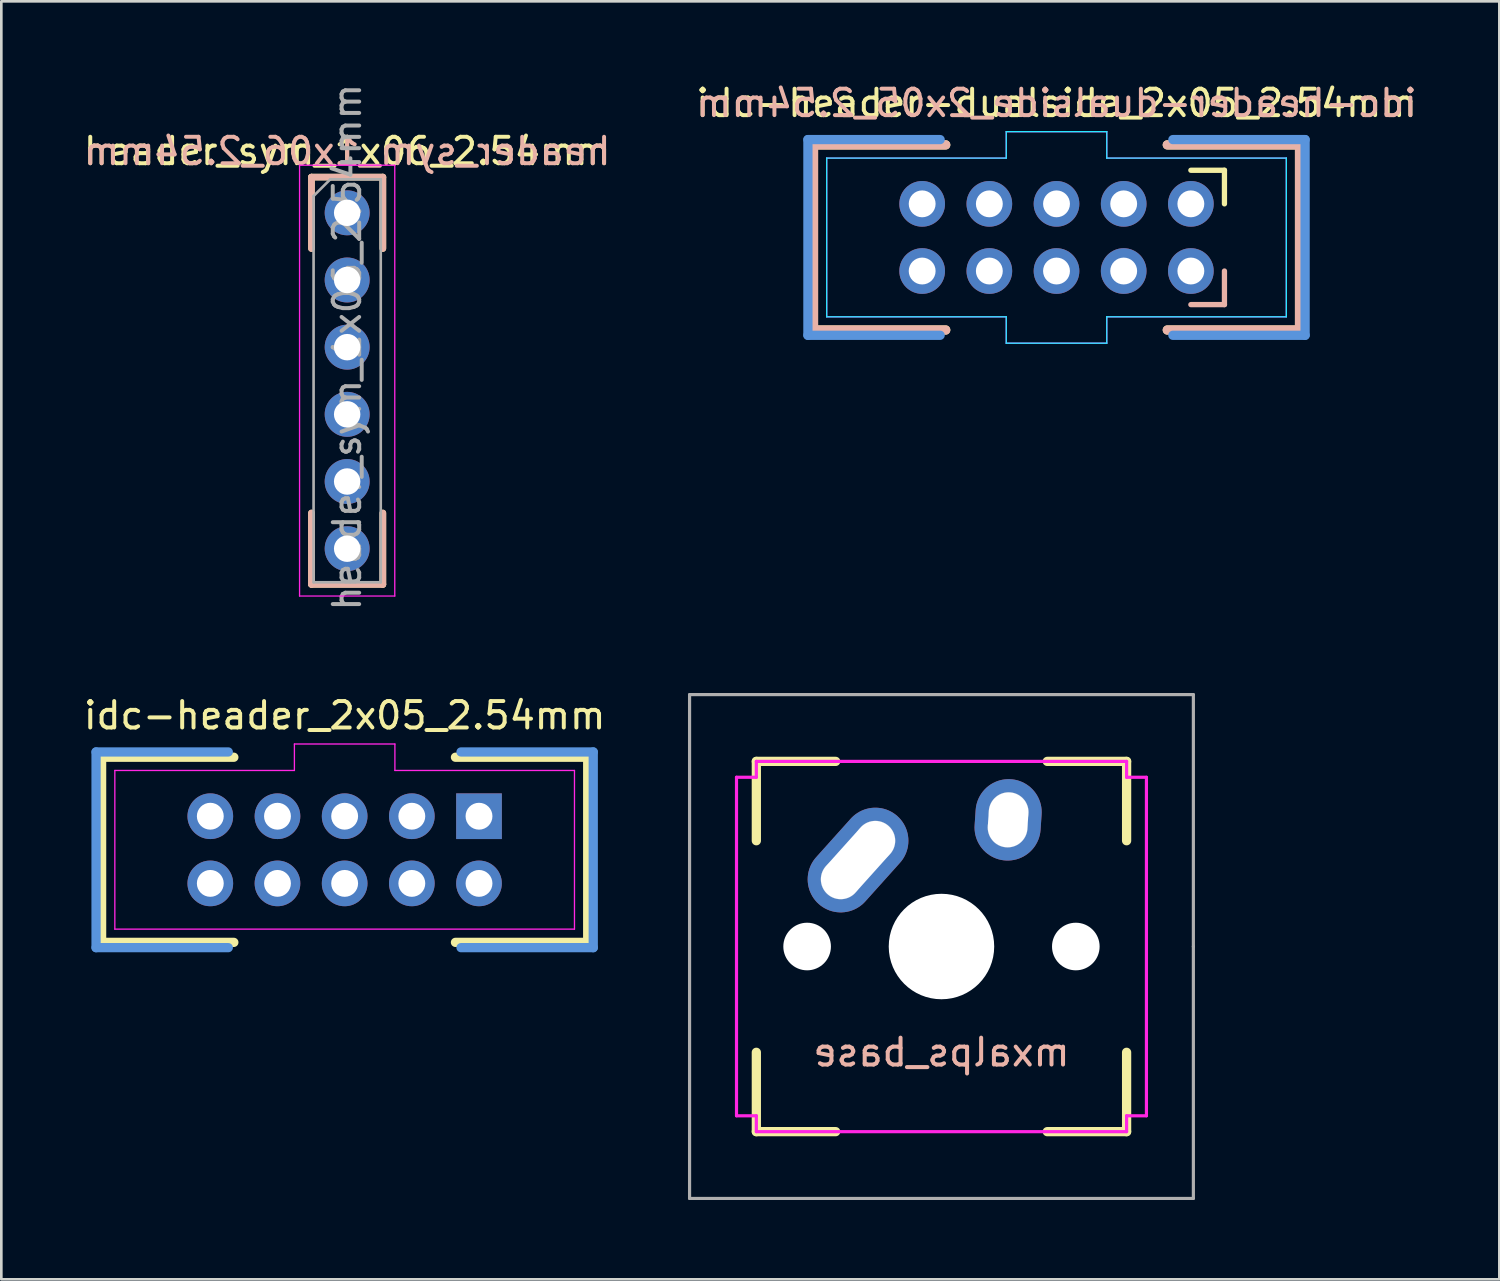
<source format=kicad_pcb>
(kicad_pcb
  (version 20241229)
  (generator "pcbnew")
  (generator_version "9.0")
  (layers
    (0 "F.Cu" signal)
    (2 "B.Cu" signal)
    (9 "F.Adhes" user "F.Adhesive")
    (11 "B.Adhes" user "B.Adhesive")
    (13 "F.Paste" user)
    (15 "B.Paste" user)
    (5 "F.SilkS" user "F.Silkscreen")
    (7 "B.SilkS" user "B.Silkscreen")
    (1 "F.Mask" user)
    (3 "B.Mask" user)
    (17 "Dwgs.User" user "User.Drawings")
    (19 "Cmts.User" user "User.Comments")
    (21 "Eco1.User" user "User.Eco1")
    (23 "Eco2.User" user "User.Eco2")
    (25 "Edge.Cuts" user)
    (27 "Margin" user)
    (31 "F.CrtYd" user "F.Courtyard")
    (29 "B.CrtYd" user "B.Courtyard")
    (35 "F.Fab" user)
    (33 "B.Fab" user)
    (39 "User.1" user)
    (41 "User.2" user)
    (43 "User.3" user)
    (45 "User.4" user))
  (footprint "idc-header-dualside_2x05_2.54mm"
    (layer "F.Cu")
    (at 36.899 5.928)
    (property "Reference" "idc-header-dualside_2x05_2.54mm" (at 0 -5.08 0) (layer "F.SilkS") (effects (font (size 1 1) (thickness 0.15))))
    (attr through_hole)
    (fp_line (start -9.19 -3.5) (end -4.19 -3.5) (stroke (width 0.35) (type solid)) (layer "F.SilkS"))
    (fp_line (start -9.19 3.5) (end -9.19 -3.5) (stroke (width 0.35) (type solid)) (layer "F.SilkS"))
    (fp_line (start -9.19 3.5) (end -4.19 3.5) (stroke (width 0.35) (type solid)) (layer "F.SilkS"))
    (fp_line (start 5.08 -2.54) (end 6.35 -2.54) (stroke (width 0.2) (type solid)) (layer "F.SilkS"))
    (fp_line (start 6.35 -2.54) (end 6.35 -1.27) (stroke (width 0.2) (type solid)) (layer "F.SilkS"))
    (fp_line (start 9.19 -3.5) (end 4.19 -3.5) (stroke (width 0.35) (type solid)) (layer "F.SilkS"))
    (fp_line (start 9.19 -3.5) (end 9.19 3.5) (stroke (width 0.35) (type solid)) (layer "F.SilkS"))
    (fp_line (start 9.19 3.5) (end 4.19 3.5) (stroke (width 0.35) (type solid)) (layer "F.SilkS"))
    (fp_line (start -9.19 -3.5) (end -9.19 3.5) (stroke (width 0.35) (type solid)) (layer "B.SilkS"))
    (fp_line (start -9.19 -3.5) (end -4.19 -3.5) (stroke (width 0.35) (type solid)) (layer "B.SilkS"))
    (fp_line (start -9.19 3.5) (end -4.19 3.5) (stroke (width 0.35) (type solid)) (layer "B.SilkS"))
    (fp_line (start 6.35 1.27) (end 6.35 2.54) (stroke (width 0.2) (type solid)) (layer "B.SilkS"))
    (fp_line (start 6.35 2.54) (end 5.08 2.54) (stroke (width 0.2) (type solid)) (layer "B.SilkS"))
    (fp_line (start 9.19 -3.5) (end 4.19 -3.5) (stroke (width 0.35) (type solid)) (layer "B.SilkS"))
    (fp_line (start 9.19 3.5) (end 4.19 3.5) (stroke (width 0.35) (type solid)) (layer "B.SilkS"))
    (fp_line (start 9.19 3.5) (end 9.19 -3.5) (stroke (width 0.35) (type solid)) (layer "B.SilkS"))
    (fp_line (start -9.4 -3.7) (end -9.4 3.7) (stroke (width 0.35) (type solid)) (layer "Cmts.User"))
    (fp_line (start -9.4 -3.7) (end -4.4 -3.7) (stroke (width 0.35) (type solid)) (layer "Cmts.User"))
    (fp_line (start -9.4 3.7) (end -4.4 3.7) (stroke (width 0.35) (type solid)) (layer "Cmts.User"))
    (fp_line (start 9.4 -3.7) (end 4.4 -3.7) (stroke (width 0.35) (type solid)) (layer "Cmts.User"))
    (fp_line (start 9.4 3.7) (end 4.4 3.7) (stroke (width 0.35) (type solid)) (layer "Cmts.User"))
    (fp_line (start 9.4 3.7) (end 9.4 -3.7) (stroke (width 0.35) (type solid)) (layer "Cmts.User"))
    (fp_line (start -8.9 -3.2) (end -8.9 3.2) (stroke (width 0.1) (type solid)) (layer "Eco1.User"))
    (fp_line (start -8.9 3.2) (end -2.75 3.2) (stroke (width 0.1) (type solid)) (layer "Eco1.User"))
    (fp_line (start -2.75 -4.2) (end -2.75 -3.2) (stroke (width 0.1) (type solid)) (layer "Eco1.User"))
    (fp_line (start -2.75 -3.2) (end -8.9 -3.2) (stroke (width 0.1) (type solid)) (layer "Eco1.User"))
    (fp_line (start -2.75 3.2) (end -2.75 4.2) (stroke (width 0.1) (type solid)) (layer "Eco1.User"))
    (fp_line (start -2.75 4.2) (end 2.75 4.2) (stroke (width 0.1) (type solid)) (layer "Eco1.User"))
    (fp_line (start 2.75 -4.2) (end -2.75 -4.2) (stroke (width 0.1) (type solid)) (layer "Eco1.User"))
    (fp_line (start 2.75 -3.2) (end 2.75 -4.2) (stroke (width 0.1) (type solid)) (layer "Eco1.User"))
    (fp_line (start 2.75 3.2) (end 8.9 3.2) (stroke (width 0.1) (type solid)) (layer "Eco1.User"))
    (fp_line (start 2.75 4.2) (end 2.75 3.2) (stroke (width 0.1) (type solid)) (layer "Eco1.User"))
    (fp_line (start 8.9 -3.2) (end 2.75 -3.2) (stroke (width 0.1) (type solid)) (layer "Eco1.User"))
    (fp_line (start 8.9 3.2) (end 8.9 -3.2) (stroke (width 0.1) (type solid)) (layer "Eco1.User"))
    (fp_line (start -8.9 -3.2) (end -8.9 3.2) (stroke (width 0.1) (type solid)) (layer "Eco2.User"))
    (fp_line (start -8.9 3.2) (end -2.75 3.2) (stroke (width 0.1) (type solid)) (layer "Eco2.User"))
    (fp_line (start -2.75 -4.2) (end -2.75 -3.2) (stroke (width 0.1) (type solid)) (layer "Eco2.User"))
    (fp_line (start -2.75 -3.2) (end -8.9 -3.2) (stroke (width 0.1) (type solid)) (layer "Eco2.User"))
    (fp_line (start -2.75 3.2) (end -2.75 4.2) (stroke (width 0.1) (type solid)) (layer "Eco2.User"))
    (fp_line (start -2.75 4.2) (end 2.75 4.2) (stroke (width 0.1) (type solid)) (layer "Eco2.User"))
    (fp_line (start 2.75 -4.2) (end -2.75 -4.2) (stroke (width 0.1) (type solid)) (layer "Eco2.User"))
    (fp_line (start 2.75 -3.2) (end 2.75 -4.2) (stroke (width 0.1) (type solid)) (layer "Eco2.User"))
    (fp_line (start 2.75 3.2) (end 8.9 3.2) (stroke (width 0.1) (type solid)) (layer "Eco2.User"))
    (fp_line (start 2.75 4.2) (end 2.75 3.2) (stroke (width 0.1) (type solid)) (layer "Eco2.User"))
    (fp_line (start 8.9 -3.2) (end 2.75 -3.2) (stroke (width 0.1) (type solid)) (layer "Eco2.User"))
    (fp_line (start 8.9 3.2) (end 8.9 -3.2) (stroke (width 0.1) (type solid)) (layer "Eco2.User"))
    (fp_line (start -8.69 -3) (end -8.69 3) (stroke (width 0.05) (type solid)) (layer "B.CrtYd"))
    (fp_line (start -8.69 3) (end -1.9 3) (stroke (width 0.05) (type solid)) (layer "B.CrtYd"))
    (fp_line (start -1.9 -4) (end -1.9 -3) (stroke (width 0.05) (type solid)) (layer "B.CrtYd"))
    (fp_line (start -1.9 -3) (end -8.69 -3) (stroke (width 0.05) (type solid)) (layer "B.CrtYd"))
    (fp_line (start -1.9 3) (end -1.9 4) (stroke (width 0.05) (type solid)) (layer "B.CrtYd"))
    (fp_line (start -1.9 4) (end 1.9 4) (stroke (width 0.05) (type solid)) (layer "B.CrtYd"))
    (fp_line (start 1.9 -4) (end -1.9 -4) (stroke (width 0.05) (type solid)) (layer "B.CrtYd"))
    (fp_line (start 1.9 -3) (end 1.9 -4) (stroke (width 0.05) (type solid)) (layer "B.CrtYd"))
    (fp_line (start 1.9 3) (end 8.69 3) (stroke (width 0.05) (type solid)) (layer "B.CrtYd"))
    (fp_line (start 1.9 4) (end 1.9 3) (stroke (width 0.05) (type solid)) (layer "B.CrtYd"))
    (fp_line (start 8.69 -3) (end 1.9 -3) (stroke (width 0.05) (type solid)) (layer "B.CrtYd"))
    (fp_line (start 8.69 3) (end 8.69 -3) (stroke (width 0.05) (type solid)) (layer "B.CrtYd"))
    (fp_line (start -8.69 -3) (end -1.9 -3) (stroke (width 0.05) (type solid)) (layer "F.CrtYd"))
    (fp_line (start -8.69 3) (end -8.69 -3) (stroke (width 0.05) (type solid)) (layer "F.CrtYd"))
    (fp_line (start -1.9 -4) (end 1.9 -4) (stroke (width 0.05) (type solid)) (layer "F.CrtYd"))
    (fp_line (start -1.9 -3) (end -1.9 -4) (stroke (width 0.05) (type solid)) (layer "F.CrtYd"))
    (fp_line (start -1.9 3) (end -8.69 3) (stroke (width 0.05) (type solid)) (layer "F.CrtYd"))
    (fp_line (start -1.9 4) (end -1.9 3) (stroke (width 0.05) (type solid)) (layer "F.CrtYd"))
    (fp_line (start 1.9 -4) (end 1.9 -3) (stroke (width 0.05) (type solid)) (layer "F.CrtYd"))
    (fp_line (start 1.9 -3) (end 8.69 -3) (stroke (width 0.05) (type solid)) (layer "F.CrtYd"))
    (fp_line (start 1.9 3) (end 1.9 4) (stroke (width 0.05) (type solid)) (layer "F.CrtYd"))
    (fp_line (start 1.9 4) (end -1.9 4) (stroke (width 0.05) (type solid)) (layer "F.CrtYd"))
    (fp_line (start 8.69 -3) (end 8.69 3) (stroke (width 0.05) (type solid)) (layer "F.CrtYd"))
    (fp_line (start 8.69 3) (end 1.9 3) (stroke (width 0.05) (type solid)) (layer "F.CrtYd"))
    (fp_text user "${REFERENCE}" (at 0 -5.08 180) (layer "B.SilkS") (effects (font (size 1 1) (thickness 0.15)) (justify mirror)))
    (pad "1" thru_hole circle (at 5.08 -1.27 270) (size 1.727 1.727) (drill 1.016) (layers "*.Cu" "*.Mask"))
    (pad "2" thru_hole oval (at 5.08 1.27 270) (size 1.727 1.727) (drill 1.016) (layers "*.Cu" "*.Mask"))
    (pad "3" thru_hole oval (at 2.54 -1.27 270) (size 1.727 1.727) (drill 1.016) (layers "*.Cu" "*.Mask"))
    (pad "4" thru_hole oval (at 2.54 1.27 270) (size 1.727 1.727) (drill 1.016) (layers "*.Cu" "*.Mask"))
    (pad "5" thru_hole oval (at 0 -1.27 270) (size 1.727 1.727) (drill 1.016) (layers "*.Cu" "*.Mask"))
    (pad "6" thru_hole oval (at 0 1.27 270) (size 1.727 1.727) (drill 1.016) (layers "*.Cu" "*.Mask"))
    (pad "7" thru_hole oval (at -2.54 -1.27 270) (size 1.727 1.727) (drill 1.016) (layers "*.Cu" "*.Mask"))
    (pad "8" thru_hole oval (at -2.54 1.27 270) (size 1.727 1.727) (drill 1.016) (layers "*.Cu" "*.Mask"))
    (pad "9" thru_hole oval (at -5.08 -1.27 270) (size 1.727 1.727) (drill 1.016) (layers "*.Cu" "*.Mask"))
    (pad "10" thru_hole oval (at -5.08 1.27 270) (size 1.727 1.727) (drill 1.016) (layers "*.Cu" "*.Mask")))
  (footprint "header_sym_1x06_2.54mm"
    (layer "F.Cu")
    (at 10.077 4.997)
    (property "Reference" "header_sym_1x06_2.54mm" (at 0 -2.33 0) (layer "F.SilkS") (effects (font (size 1 1) (thickness 0.15))))
    (attr through_hole)
    (fp_line (start -1.35 -1.35) (end 1.35 -1.35) (stroke (width 0.25) (type solid)) (layer "F.SilkS"))
    (fp_line (start -1.35 1.35) (end -1.35 -1.35) (stroke (width 0.25) (type solid)) (layer "F.SilkS"))
    (fp_line (start -1.35 14.05) (end -1.35 11.35) (stroke (width 0.25) (type solid)) (layer "F.SilkS"))
    (fp_line (start -1.35 14.05) (end 1.35 14.05) (stroke (width 0.25) (type solid)) (layer "F.SilkS"))
    (fp_line (start 1.35 -1.35) (end 1.35 1.35) (stroke (width 0.25) (type solid)) (layer "F.SilkS"))
    (fp_line (start 1.35 14.05) (end 1.35 11.35) (stroke (width 0.25) (type solid)) (layer "F.SilkS"))
    (fp_line (start -1.35 -1.35) (end -1.35 1.35) (stroke (width 0.25) (type solid)) (layer "B.SilkS"))
    (fp_line (start -1.35 14.05) (end -1.35 11.35) (stroke (width 0.25) (type solid)) (layer "B.SilkS"))
    (fp_line (start 1.35 -1.35) (end -1.35 -1.35) (stroke (width 0.25) (type solid)) (layer "B.SilkS"))
    (fp_line (start 1.35 1.35) (end 1.35 -1.35) (stroke (width 0.25) (type solid)) (layer "B.SilkS"))
    (fp_line (start 1.35 14.05) (end -1.35 14.05) (stroke (width 0.25) (type solid)) (layer "B.SilkS"))
    (fp_line (start 1.35 14.05) (end 1.35 11.35) (stroke (width 0.25) (type solid)) (layer "B.SilkS"))
    (fp_line (start -1.8 -1.8) (end -1.8 14.49) (stroke (width 0.05) (type solid)) (layer "F.CrtYd"))
    (fp_line (start -1.8 14.49) (end 1.8 14.49) (stroke (width 0.05) (type solid)) (layer "F.CrtYd"))
    (fp_line (start 1.8 -1.8) (end -1.8 -1.8) (stroke (width 0.05) (type solid)) (layer "F.CrtYd"))
    (fp_line (start 1.8 14.49) (end 1.8 -1.8) (stroke (width 0.05) (type solid)) (layer "F.CrtYd"))
    (fp_line (start -1.27 -0.635) (end -0.635 -1.27) (stroke (width 0.1) (type solid)) (layer "F.Fab"))
    (fp_line (start -1.27 13.97) (end -1.27 -0.635) (stroke (width 0.1) (type solid)) (layer "F.Fab"))
    (fp_line (start -0.635 -1.27) (end 1.27 -1.27) (stroke (width 0.1) (type solid)) (layer "F.Fab"))
    (fp_line (start 1.27 -1.27) (end 1.27 13.97) (stroke (width 0.1) (type solid)) (layer "F.Fab"))
    (fp_line (start 1.27 13.97) (end -1.27 13.97) (stroke (width 0.1) (type solid)) (layer "F.Fab"))
    (fp_text user "${REFERENCE}" (at 0 -2.33 0) (layer "B.SilkS") (effects (font (size 1 1) (thickness 0.15)) (justify mirror)))
    (fp_text user "${REFERENCE}" (at 0 5.08 90) (layer "F.Fab") (effects (font (size 1 1) (thickness 0.15))))
    (pad "1" thru_hole circle (at 0 0) (size 1.7 1.7) (drill 1) (layers "*.Cu" "*.Mask"))
    (pad "2" thru_hole oval (at 0 2.54) (size 1.7 1.7) (drill 1) (layers "*.Cu" "*.Mask"))
    (pad "3" thru_hole oval (at 0 5.08) (size 1.7 1.7) (drill 1) (layers "*.Cu" "*.Mask"))
    (pad "4" thru_hole oval (at 0 7.62) (size 1.7 1.7) (drill 1) (layers "*.Cu" "*.Mask"))
    (pad "5" thru_hole oval (at 0 10.16) (size 1.7 1.7) (drill 1) (layers "*.Cu" "*.Mask"))
    (pad "6" thru_hole oval (at 0 12.7) (size 1.7 1.7) (drill 1) (layers "*.Cu" "*.Mask")))
  (footprint "idc-header_2x05_2.54mm"
    (layer "F.Cu")
    (at 9.982 29.083)
    (property "Reference" "idc-header_2x05_2.54mm" (at 0 -5.08 0) (layer "F.SilkS") (effects (font (size 1 1) (thickness 0.15))))
    (attr through_hole)
    (fp_line (start -9.19 -3.5) (end -4.19 -3.5) (stroke (width 0.35) (type solid)) (layer "F.SilkS"))
    (fp_line (start -9.19 3.5) (end -9.19 -3.5) (stroke (width 0.35) (type solid)) (layer "F.SilkS"))
    (fp_line (start -9.19 3.5) (end -4.19 3.5) (stroke (width 0.35) (type solid)) (layer "F.SilkS"))
    (fp_line (start 9.19 -3.5) (end 4.19 -3.5) (stroke (width 0.35) (type solid)) (layer "F.SilkS"))
    (fp_line (start 9.19 -3.5) (end 9.19 3.5) (stroke (width 0.35) (type solid)) (layer "F.SilkS"))
    (fp_line (start 9.19 3.5) (end 4.19 3.5) (stroke (width 0.35) (type solid)) (layer "F.SilkS"))
    (fp_line (start -9.4 -3.7) (end -9.4 3.7) (stroke (width 0.35) (type solid)) (layer "Cmts.User"))
    (fp_line (start -9.4 -3.7) (end -4.4 -3.7) (stroke (width 0.35) (type solid)) (layer "Cmts.User"))
    (fp_line (start -9.4 3.7) (end -4.4 3.7) (stroke (width 0.35) (type solid)) (layer "Cmts.User"))
    (fp_line (start 9.4 -3.7) (end 4.4 -3.7) (stroke (width 0.35) (type solid)) (layer "Cmts.User"))
    (fp_line (start 9.4 3.7) (end 4.4 3.7) (stroke (width 0.35) (type solid)) (layer "Cmts.User"))
    (fp_line (start 9.4 3.7) (end 9.4 -3.7) (stroke (width 0.35) (type solid)) (layer "Cmts.User"))
    (fp_line (start -8.9 -3.2) (end -8.9 3.2) (stroke (width 0.1) (type solid)) (layer "Eco1.User"))
    (fp_line (start -8.9 3.2) (end 8.9 3.2) (stroke (width 0.1) (type solid)) (layer "Eco1.User"))
    (fp_line (start -2.75 -4.2) (end -2.75 -3.2) (stroke (width 0.1) (type solid)) (layer "Eco1.User"))
    (fp_line (start -2.75 -3.2) (end -8.9 -3.2) (stroke (width 0.1) (type solid)) (layer "Eco1.User"))
    (fp_line (start 2.75 -4.2) (end -2.75 -4.2) (stroke (width 0.1) (type solid)) (layer "Eco1.User"))
    (fp_line (start 2.75 -3.2) (end 2.75 -4.2) (stroke (width 0.1) (type solid)) (layer "Eco1.User"))
    (fp_line (start 8.9 -3.2) (end 2.75 -3.2) (stroke (width 0.1) (type solid)) (layer "Eco1.User"))
    (fp_line (start 8.9 3.2) (end 8.9 -3.2) (stroke (width 0.1) (type solid)) (layer "Eco1.User"))
    (fp_line (start -8.9 -3.2) (end -8.9 3.2) (stroke (width 0.1) (type solid)) (layer "Eco2.User"))
    (fp_line (start -8.9 3.2) (end 8.9 3.2) (stroke (width 0.1) (type solid)) (layer "Eco2.User"))
    (fp_line (start -2.75 -4.2) (end -2.75 -3.2) (stroke (width 0.1) (type solid)) (layer "Eco2.User"))
    (fp_line (start -2.75 -3.2) (end -8.9 -3.2) (stroke (width 0.1) (type solid)) (layer "Eco2.User"))
    (fp_line (start 2.75 -4.2) (end -2.75 -4.2) (stroke (width 0.1) (type solid)) (layer "Eco2.User"))
    (fp_line (start 2.75 -3.2) (end 2.75 -4.2) (stroke (width 0.1) (type solid)) (layer "Eco2.User"))
    (fp_line (start 8.9 -3.2) (end 2.75 -3.2) (stroke (width 0.1) (type solid)) (layer "Eco2.User"))
    (fp_line (start 8.9 3.2) (end 8.9 -3.2) (stroke (width 0.1) (type solid)) (layer "Eco2.User"))
    (fp_line (start -8.69 -3) (end -1.9 -3) (stroke (width 0.05) (type solid)) (layer "F.CrtYd"))
    (fp_line (start -8.69 3) (end -8.69 -3) (stroke (width 0.05) (type solid)) (layer "F.CrtYd"))
    (fp_line (start -1.9 -4) (end 1.9 -4) (stroke (width 0.05) (type solid)) (layer "F.CrtYd"))
    (fp_line (start -1.9 -3) (end -1.9 -4) (stroke (width 0.05) (type solid)) (layer "F.CrtYd"))
    (fp_line (start 1.9 -4) (end 1.9 -3) (stroke (width 0.05) (type solid)) (layer "F.CrtYd"))
    (fp_line (start 1.9 -3) (end 8.69 -3) (stroke (width 0.05) (type solid)) (layer "F.CrtYd"))
    (fp_line (start 8.69 -3) (end 8.69 3) (stroke (width 0.05) (type solid)) (layer "F.CrtYd"))
    (fp_line (start 8.69 3) (end -8.69 3) (stroke (width 0.05) (type solid)) (layer "F.CrtYd"))
    (pad "1" thru_hole rect (at 5.08 -1.27 270) (size 1.727 1.727) (drill 1.016) (layers "*.Cu" "*.Mask"))
    (pad "2" thru_hole oval (at 5.08 1.27 270) (size 1.727 1.727) (drill 1.016) (layers "*.Cu" "*.Mask"))
    (pad "3" thru_hole oval (at 2.54 -1.27 270) (size 1.727 1.727) (drill 1.016) (layers "*.Cu" "*.Mask"))
    (pad "4" thru_hole oval (at 2.54 1.27 270) (size 1.727 1.727) (drill 1.016) (layers "*.Cu" "*.Mask"))
    (pad "5" thru_hole oval (at 0 -1.27 270) (size 1.727 1.727) (drill 1.016) (layers "*.Cu" "*.Mask"))
    (pad "6" thru_hole oval (at 0 1.27 270) (size 1.727 1.727) (drill 1.016) (layers "*.Cu" "*.Mask"))
    (pad "7" thru_hole oval (at -2.54 -1.27 270) (size 1.727 1.727) (drill 1.016) (layers "*.Cu" "*.Mask"))
    (pad "8" thru_hole oval (at -2.54 1.27 270) (size 1.727 1.727) (drill 1.016) (layers "*.Cu" "*.Mask"))
    (pad "9" thru_hole oval (at -5.08 -1.27 270) (size 1.727 1.727) (drill 1.016) (layers "*.Cu" "*.Mask"))
    (pad "10" thru_hole oval (at -5.08 1.27 270) (size 1.727 1.727) (drill 1.016) (layers "*.Cu" "*.Mask")))
  (footprint "mxalps_base"
    (layer "F.Cu")
    (at 32.549 32.74)
    (property "Reference" "mxalps_base" (at 0 4 0) (layer "B.SilkS") (effects (font (size 1.016 1.016) (thickness 0.152)) (justify mirror)))
    (attr through_hole)
    (fp_line (start -7 -7) (end -7 -4) (stroke (width 0.35) (type solid)) (layer "F.SilkS"))
    (fp_line (start -7 -7) (end -4 -7) (stroke (width 0.35) (type solid)) (layer "F.SilkS"))
    (fp_line (start -7 7) (end -7 4) (stroke (width 0.35) (type solid)) (layer "F.SilkS"))
    (fp_line (start -7 7) (end -4 7) (stroke (width 0.35) (type solid)) (layer "F.SilkS"))
    (fp_line (start 7 -7) (end 4 -7) (stroke (width 0.35) (type solid)) (layer "F.SilkS"))
    (fp_line (start 7 -7) (end 7 -4) (stroke (width 0.35) (type solid)) (layer "F.SilkS"))
    (fp_line (start 7 7) (end 4 7) (stroke (width 0.35) (type solid)) (layer "F.SilkS"))
    (fp_line (start 7 7) (end 7 4) (stroke (width 0.35) (type solid)) (layer "F.SilkS"))
    (fp_circle (center -3.81 -2.54) (end -3.06 -2.54) (stroke (width 0.01) (type solid)) (fill no) (layer "Dwgs.User"))
    (fp_circle (center -2.5 -4) (end -1.75 -4) (stroke (width 0.01) (type solid)) (fill no) (layer "Dwgs.User"))
    (fp_circle (center 2.5 -4.5) (end 3.25 -4.5) (stroke (width 0.01) (type solid)) (fill no) (layer "Dwgs.User"))
    (fp_circle (center 2.54 -5.08) (end 3.29 -5.08) (stroke (width 0.01) (type solid)) (fill no) (layer "Dwgs.User"))
    (fp_line (start -7.75 -6.4) (end -7.75 6.4) (stroke (width 0.12) (type solid)) (layer "F.CrtYd"))
    (fp_line (start -7.75 6.4) (end -7 6.4) (stroke (width 0.12) (type solid)) (layer "F.CrtYd"))
    (fp_line (start -7 -7) (end -7 -6.4) (stroke (width 0.12) (type solid)) (layer "F.CrtYd"))
    (fp_line (start -7 -6.4) (end -7.75 -6.4) (stroke (width 0.12) (type solid)) (layer "F.CrtYd"))
    (fp_line (start -7 6.4) (end -7 7) (stroke (width 0.12) (type solid)) (layer "F.CrtYd"))
    (fp_line (start -7 7) (end 7 7) (stroke (width 0.12) (type solid)) (layer "F.CrtYd"))
    (fp_line (start 7 -7) (end -7 -7) (stroke (width 0.12) (type solid)) (layer "F.CrtYd"))
    (fp_line (start 7 -6.4) (end 7 -7) (stroke (width 0.12) (type solid)) (layer "F.CrtYd"))
    (fp_line (start 7 6.4) (end 7.75 6.4) (stroke (width 0.12) (type solid)) (layer "F.CrtYd"))
    (fp_line (start 7 7) (end 7 6.4) (stroke (width 0.12) (type solid)) (layer "F.CrtYd"))
    (fp_line (start 7.75 -6.4) (end 7 -6.4) (stroke (width 0.12) (type solid)) (layer "F.CrtYd"))
    (fp_line (start 7.75 6.4) (end 7.75 -6.4) (stroke (width 0.12) (type solid)) (layer "F.CrtYd"))
    (fp_line (start -9.525 -9.525) (end -9.525 9.525) (stroke (width 0.12) (type solid)) (layer "F.Fab"))
    (fp_line (start -9.525 9.525) (end 9.525 9.525) (stroke (width 0.12) (type solid)) (layer "F.Fab"))
    (fp_line (start 9.525 -9.525) (end -9.525 -9.525) (stroke (width 0.12) (type solid)) (layer "F.Fab"))
    (fp_line (start 9.525 0) (end 9.525 -9.525) (stroke (width 0.12) (type solid)) (layer "F.Fab"))
    (fp_line (start 9.525 9.525) (end 9.525 0) (stroke (width 0.12) (type solid)) (layer "F.Fab"))
    (pad "" np_thru_hole circle (at -5.08 0) (size 1.8 1.8) (drill 1.8) (layers "*.Cu" "*.Mask"))
    (pad "" np_thru_hole circle (at 0 0) (size 3.988 3.988) (drill 3.988) (layers "*.Cu" "*.Mask"))
    (pad "" np_thru_hole circle (at 5.08 0) (size 1.8 1.8) (drill 1.8) (layers "*.Cu" "*.Mask"))
    (pad "1" thru_hole oval (at -3.155 -3.27 318.1) (size 2.5 4.46) (drill oval 1.5 3.46) (layers "*.Cu" "*.Mask"))
    (pad "2" thru_hole oval (at 2.52 -4.79 356.1) (size 2.5 3.08) (drill oval 1.5 2.08) (layers "*.Cu" "*.Mask")))
  (gr_rect
    (start -3 -3)
    (end 53.643 45.325)
    (stroke (width 0.1) (type default))
    (fill no)
    (layer "Edge.Cuts")))
</source>
